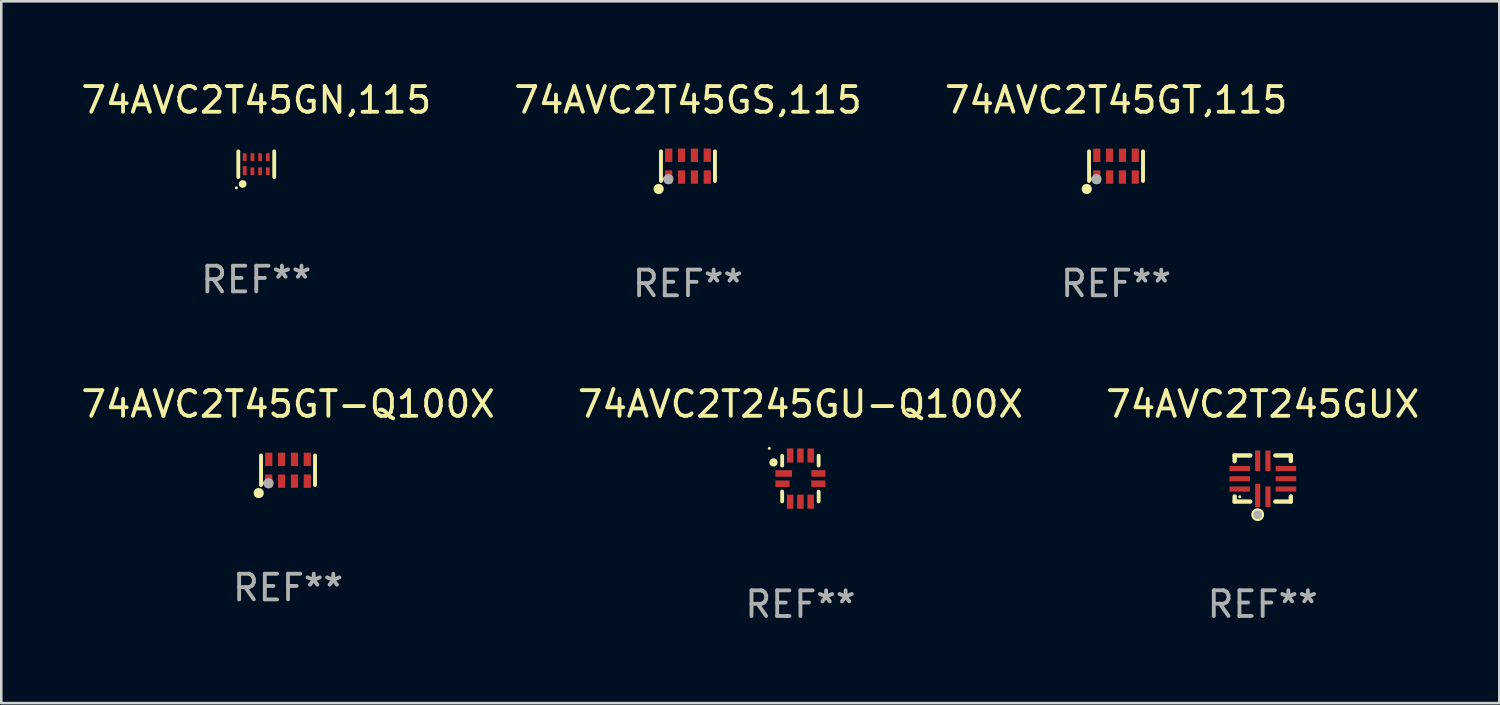
<source format=kicad_pcb>
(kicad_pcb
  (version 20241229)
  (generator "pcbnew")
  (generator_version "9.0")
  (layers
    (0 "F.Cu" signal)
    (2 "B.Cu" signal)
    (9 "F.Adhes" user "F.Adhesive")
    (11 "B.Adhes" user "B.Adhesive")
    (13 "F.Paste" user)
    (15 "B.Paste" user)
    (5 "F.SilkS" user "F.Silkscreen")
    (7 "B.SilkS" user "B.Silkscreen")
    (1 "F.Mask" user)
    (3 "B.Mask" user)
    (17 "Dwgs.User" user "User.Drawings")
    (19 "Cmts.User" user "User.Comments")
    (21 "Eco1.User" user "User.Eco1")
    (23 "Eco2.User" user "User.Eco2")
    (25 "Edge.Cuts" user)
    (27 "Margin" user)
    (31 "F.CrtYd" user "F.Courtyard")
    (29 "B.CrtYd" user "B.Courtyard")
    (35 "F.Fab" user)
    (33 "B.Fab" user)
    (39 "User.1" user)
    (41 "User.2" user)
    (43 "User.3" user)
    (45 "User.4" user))
  (footprint "74AVC2T45GT-Q100X"
    (layer "F.Cu")
    (at 8.173 15.273)
    (property "Reference" "74AVC2T45GT-Q100X" (at 0 -2.576 0) (layer "F.SilkS") (effects (font (size 1 1) (thickness 0.15))))
    (attr through_hole)
    (fp_line (start -1.051 0.576) (end -1.051 -0.576) (stroke (width 0.152) (type solid)) (layer "F.SilkS"))
    (fp_line (start 1.051 -0.576) (end 1.051 0.576) (stroke (width 0.152) (type solid)) (layer "F.SilkS"))
    (fp_circle (center -1.143 0.889) (end -1.043 0.889) (stroke (width 0.2) (type solid)) (fill no) (layer "F.SilkS"))
    (fp_circle (center -0.975 0.5) (end -0.945 0.5) (stroke (width 0.06) (type solid)) (fill no) (layer "F.SilkS"))
    (fp_circle (center -0.762 0.508) (end -0.662 0.508) (stroke (width 0.2) (type solid)) (fill no) (layer "F.Fab"))
    (fp_text user "REF**" (at 0 4.576 0) (layer "F.Fab") (effects (font (size 1 1) (thickness 0.15))))
    (pad "1" smd rect (at -0.75 0.425) (size 0.28 0.521) (layers "F.Cu" "F.Mask" "F.Paste"))
    (pad "2" smd rect (at -0.25 0.425) (size 0.28 0.521) (layers "F.Cu" "F.Mask" "F.Paste"))
    (pad "3" smd rect (at 0.25 0.425) (size 0.28 0.521) (layers "F.Cu" "F.Mask" "F.Paste"))
    (pad "4" smd rect (at 0.75 0.425) (size 0.28 0.521) (layers "F.Cu" "F.Mask" "F.Paste"))
    (pad "5" smd rect (at 0.75 -0.425) (size 0.28 0.521) (layers "F.Cu" "F.Mask" "F.Paste"))
    (pad "6" smd rect (at 0.25 -0.425) (size 0.28 0.521) (layers "F.Cu" "F.Mask" "F.Paste"))
    (pad "7" smd rect (at -0.25 -0.425) (size 0.28 0.521) (layers "F.Cu" "F.Mask" "F.Paste"))
    (pad "8" smd rect (at -0.75 -0.425) (size 0.28 0.521) (layers "F.Cu" "F.Mask" "F.Paste")))
  (footprint "74AVC2T45GS,115"
    (layer "F.Cu")
    (at 23.756 3.424)
    (property "Reference" "74AVC2T45GS,115" (at 0 -2.576 0) (layer "F.SilkS") (effects (font (size 1 1) (thickness 0.15))))
    (attr through_hole)
    (fp_line (start -1.051 0.576) (end -1.051 -0.576) (stroke (width 0.152) (type solid)) (layer "F.SilkS"))
    (fp_line (start 1.051 -0.576) (end 1.051 0.576) (stroke (width 0.152) (type solid)) (layer "F.SilkS"))
    (fp_circle (center -1.143 0.889) (end -1.043 0.889) (stroke (width 0.2) (type solid)) (fill no) (layer "F.SilkS"))
    (fp_circle (center -0.975 0.5) (end -0.945 0.5) (stroke (width 0.06) (type solid)) (fill no) (layer "F.SilkS"))
    (fp_circle (center -0.762 0.508) (end -0.662 0.508) (stroke (width 0.2) (type solid)) (fill no) (layer "F.Fab"))
    (fp_text user "REF**" (at 0 4.576 0) (layer "F.Fab") (effects (font (size 1 1) (thickness 0.15))))
    (pad "1" smd rect (at -0.75 0.425) (size 0.28 0.521) (layers "F.Cu" "F.Mask" "F.Paste"))
    (pad "2" smd rect (at -0.25 0.425) (size 0.28 0.521) (layers "F.Cu" "F.Mask" "F.Paste"))
    (pad "3" smd rect (at 0.25 0.425) (size 0.28 0.521) (layers "F.Cu" "F.Mask" "F.Paste"))
    (pad "4" smd rect (at 0.75 0.425) (size 0.28 0.521) (layers "F.Cu" "F.Mask" "F.Paste"))
    (pad "5" smd rect (at 0.75 -0.425) (size 0.28 0.521) (layers "F.Cu" "F.Mask" "F.Paste"))
    (pad "6" smd rect (at 0.25 -0.425) (size 0.28 0.521) (layers "F.Cu" "F.Mask" "F.Paste"))
    (pad "7" smd rect (at -0.25 -0.425) (size 0.28 0.521) (layers "F.Cu" "F.Mask" "F.Paste"))
    (pad "8" smd rect (at -0.75 -0.425) (size 0.28 0.521) (layers "F.Cu" "F.Mask" "F.Paste")))
  (footprint "74AVC2T45GT,115"
    (layer "F.Cu")
    (at 40.435 3.424)
    (property "Reference" "74AVC2T45GT,115" (at 0 -2.576 0) (layer "F.SilkS") (effects (font (size 1 1) (thickness 0.15))))
    (attr through_hole)
    (fp_line (start -1.051 0.576) (end -1.051 -0.576) (stroke (width 0.152) (type solid)) (layer "F.SilkS"))
    (fp_line (start 1.051 -0.576) (end 1.051 0.576) (stroke (width 0.152) (type solid)) (layer "F.SilkS"))
    (fp_circle (center -1.143 0.889) (end -1.043 0.889) (stroke (width 0.2) (type solid)) (fill no) (layer "F.SilkS"))
    (fp_circle (center -0.975 0.5) (end -0.945 0.5) (stroke (width 0.06) (type solid)) (fill no) (layer "F.SilkS"))
    (fp_circle (center -0.762 0.508) (end -0.662 0.508) (stroke (width 0.2) (type solid)) (fill no) (layer "F.Fab"))
    (fp_text user "REF**" (at 0 4.576 0) (layer "F.Fab") (effects (font (size 1 1) (thickness 0.15))))
    (pad "1" smd rect (at -0.75 0.425) (size 0.28 0.521) (layers "F.Cu" "F.Mask" "F.Paste"))
    (pad "2" smd rect (at -0.25 0.425) (size 0.28 0.521) (layers "F.Cu" "F.Mask" "F.Paste"))
    (pad "3" smd rect (at 0.25 0.425) (size 0.28 0.521) (layers "F.Cu" "F.Mask" "F.Paste"))
    (pad "4" smd rect (at 0.75 0.425) (size 0.28 0.521) (layers "F.Cu" "F.Mask" "F.Paste"))
    (pad "5" smd rect (at 0.75 -0.425) (size 0.28 0.521) (layers "F.Cu" "F.Mask" "F.Paste"))
    (pad "6" smd rect (at 0.25 -0.425) (size 0.28 0.521) (layers "F.Cu" "F.Mask" "F.Paste"))
    (pad "7" smd rect (at -0.25 -0.425) (size 0.28 0.521) (layers "F.Cu" "F.Mask" "F.Paste"))
    (pad "8" smd rect (at -0.75 -0.425) (size 0.28 0.521) (layers "F.Cu" "F.Mask" "F.Paste")))
  (footprint "74AVC2T45GN,115"
    (layer "F.Cu")
    (at 6.935 3.348)
    (property "Reference" "74AVC2T45GN,115" (at 0 -2.5 0) (layer "F.SilkS") (effects (font (size 1 1) (thickness 0.15))))
    (attr through_hole)
    (fp_line (start -0.7 -0.5) (end -0.7 0.5) (stroke (width 0.15) (type solid)) (layer "F.SilkS"))
    (fp_line (start 0.7 -0.5) (end 0.7 0.5) (stroke (width 0.15) (type solid)) (layer "F.SilkS"))
    (fp_circle (center -0.775 0.922) (end -0.745 0.922) (stroke (width 0.06) (type solid)) (fill no) (layer "F.SilkS"))
    (fp_circle (center -0.53 0.77) (end -0.454 0.77) (stroke (width 0.15) (type solid)) (fill no) (layer "F.SilkS"))
    (fp_text user "REF**" (at 0 4.5 0) (layer "F.Fab") (effects (font (size 1 1) (thickness 0.15))))
    (pad "1" smd rect (at -0.45 0.25) (size 0.15 0.35) (layers "F.Cu" "F.Mask" "F.Paste"))
    (pad "2" smd rect (at -0.15 0.275) (size 0.15 0.3) (layers "F.Cu" "F.Mask" "F.Paste"))
    (pad "3" smd rect (at 0.15 0.275) (size 0.15 0.3) (layers "F.Cu" "F.Mask" "F.Paste"))
    (pad "4" smd rect (at 0.45 0.275) (size 0.15 0.3) (layers "F.Cu" "F.Mask" "F.Paste"))
    (pad "5" smd rect (at 0.45 -0.275) (size 0.15 0.3) (layers "F.Cu" "F.Mask" "F.Paste"))
    (pad "6" smd rect (at 0.15 -0.275) (size 0.15 0.3) (layers "F.Cu" "F.Mask" "F.Paste"))
    (pad "7" smd rect (at -0.15 -0.275) (size 0.15 0.3) (layers "F.Cu" "F.Mask" "F.Paste"))
    (pad "8" smd rect (at -0.45 -0.275) (size 0.15 0.3) (layers "F.Cu" "F.Mask" "F.Paste")))
  (footprint "74AVC2T245GU-Q100X"
    (layer "F.Cu")
    (at 28.137 15.597)
    (property "Reference" "74AVC2T245GU-Q100X" (at 0 -2.9 0) (layer "F.SilkS") (effects (font (size 1 1) (thickness 0.15))))
    (attr through_hole)
    (fp_line (start -0.711 -0.889) (end -0.711 -0.508) (stroke (width 0.15) (type solid)) (layer "F.SilkS"))
    (fp_line (start -0.711 0.508) (end -0.711 0.889) (stroke (width 0.15) (type solid)) (layer "F.SilkS"))
    (fp_line (start 0.711 -0.889) (end 0.711 -0.508) (stroke (width 0.15) (type solid)) (layer "F.SilkS"))
    (fp_line (start 0.711 0.508) (end 0.711 0.889) (stroke (width 0.15) (type solid)) (layer "F.SilkS"))
    (fp_circle (center -1.212 -1.176) (end -1.182 -1.176) (stroke (width 0.06) (type solid)) (fill no) (layer "F.SilkS"))
    (fp_circle (center -1.05 -0.63) (end -0.963 -0.63) (stroke (width 0.15) (type solid)) (fill no) (layer "F.SilkS"))
    (fp_text user "REF**" (at 0 4.9 0) (layer "F.Fab") (effects (font (size 1 1) (thickness 0.15))))
    (pad "1" smd rect (at -0.65 -0.2 90) (size 0.254 0.65) (layers "F.Cu" "F.Mask" "F.Paste"))
    (pad "2" smd rect (at -0.7 0.2 90) (size 0.254 0.551) (layers "F.Cu" "F.Mask" "F.Paste"))
    (pad "3" smd rect (at -0.4 0.9) (size 0.254 0.551) (layers "F.Cu" "F.Mask" "F.Paste"))
    (pad "4" smd rect (at 0 0.9) (size 0.254 0.551) (layers "F.Cu" "F.Mask" "F.Paste"))
    (pad "5" smd rect (at 0.4 0.9) (size 0.254 0.551) (layers "F.Cu" "F.Mask" "F.Paste"))
    (pad "6" smd rect (at 0.7 0.2 90) (size 0.254 0.551) (layers "F.Cu" "F.Mask" "F.Paste"))
    (pad "7" smd rect (at 0.7 -0.2 90) (size 0.254 0.551) (layers "F.Cu" "F.Mask" "F.Paste"))
    (pad "8" smd rect (at 0.4 -0.9) (size 0.254 0.551) (layers "F.Cu" "F.Mask" "F.Paste"))
    (pad "9" smd rect (at 0 -0.9) (size 0.254 0.551) (layers "F.Cu" "F.Mask" "F.Paste"))
    (pad "10" smd rect (at -0.4 -0.9) (size 0.254 0.551) (layers "F.Cu" "F.Mask" "F.Paste")))
  (footprint "74AVC2T245GUX"
    (layer "F.Cu")
    (at 46.149 15.596)
    (property "Reference" "74AVC2T245GUX" (at 0 -2.899 0) (layer "F.SilkS") (effects (font (size 1 1) (thickness 0.15))))
    (attr through_hole)
    (fp_line (start -1.096 -0.899) (end -0.484 -0.899) (stroke (width 0.17) (type solid)) (layer "F.SilkS"))
    (fp_line (start -1.093 -0.682) (end -1.093 -0.899) (stroke (width 0.17) (type solid)) (layer "F.SilkS"))
    (fp_line (start -1.093 0.899) (end -1.093 0.697) (stroke (width 0.17) (type solid)) (layer "F.SilkS"))
    (fp_line (start -0.484 0.897) (end -1.093 0.897) (stroke (width 0.17) (type solid)) (layer "F.SilkS"))
    (fp_line (start 0.494 -0.899) (end 1.096 -0.899) (stroke (width 0.17) (type solid)) (layer "F.SilkS"))
    (fp_line (start 1.096 -0.899) (end 1.096 -0.682) (stroke (width 0.17) (type solid)) (layer "F.SilkS"))
    (fp_line (start 1.096 0.697) (end 1.096 0.897) (stroke (width 0.17) (type solid)) (layer "F.SilkS"))
    (fp_line (start 1.096 0.897) (end 0.494 0.897) (stroke (width 0.17) (type solid)) (layer "F.SilkS"))
    (fp_circle (center -0.895 0.708) (end -0.865 0.708) (stroke (width 0.06) (type solid)) (fill no) (layer "F.SilkS"))
    (fp_circle (center -0.195 1.408) (end -0.116 1.408) (stroke (width 0.17) (type solid)) (fill no) (layer "F.SilkS"))
    (fp_circle (center -0.195 1.408) (end -0.11 1.408) (stroke (width 0.17) (type solid)) (fill no) (layer "F.Fab"))
    (fp_text user "REF**" (at 0 4.899 0) (layer "F.Fab") (effects (font (size 1 1) (thickness 0.15))))
    (pad "1" smd rect (at -0.195 0.658 180) (size 0.2 0.9) (layers "F.Cu" "F.Mask" "F.Paste"))
    (pad "2" smd rect (at 0.205 0.708 180) (size 0.2 0.8) (layers "F.Cu" "F.Mask" "F.Paste"))
    (pad "3" smd rect (at 0.905 0.408 90) (size 0.2 0.8) (layers "F.Cu" "F.Mask" "F.Paste"))
    (pad "4" smd rect (at 0.905 0.008 90) (size 0.2 0.8) (layers "F.Cu" "F.Mask" "F.Paste"))
    (pad "5" smd rect (at 0.905 -0.392 90) (size 0.2 0.8) (layers "F.Cu" "F.Mask" "F.Paste"))
    (pad "6" smd rect (at 0.205 -0.692 180) (size 0.2 0.8) (layers "F.Cu" "F.Mask" "F.Paste"))
    (pad "7" smd rect (at -0.195 -0.692 180) (size 0.2 0.8) (layers "F.Cu" "F.Mask" "F.Paste"))
    (pad "8" smd rect (at -0.895 -0.392 90) (size 0.2 0.8) (layers "F.Cu" "F.Mask" "F.Paste"))
    (pad "9" smd rect (at -0.895 0.008 90) (size 0.2 0.8) (layers "F.Cu" "F.Mask" "F.Paste"))
    (pad "10" smd rect (at -0.895 0.408 90) (size 0.2 0.8) (layers "F.Cu" "F.Mask" "F.Paste")))
  (gr_rect
    (start -3 -3)
    (end 55.369 24.345)
    (stroke (width 0.1) (type default))
    (fill no)
    (layer "Edge.Cuts")))
</source>
